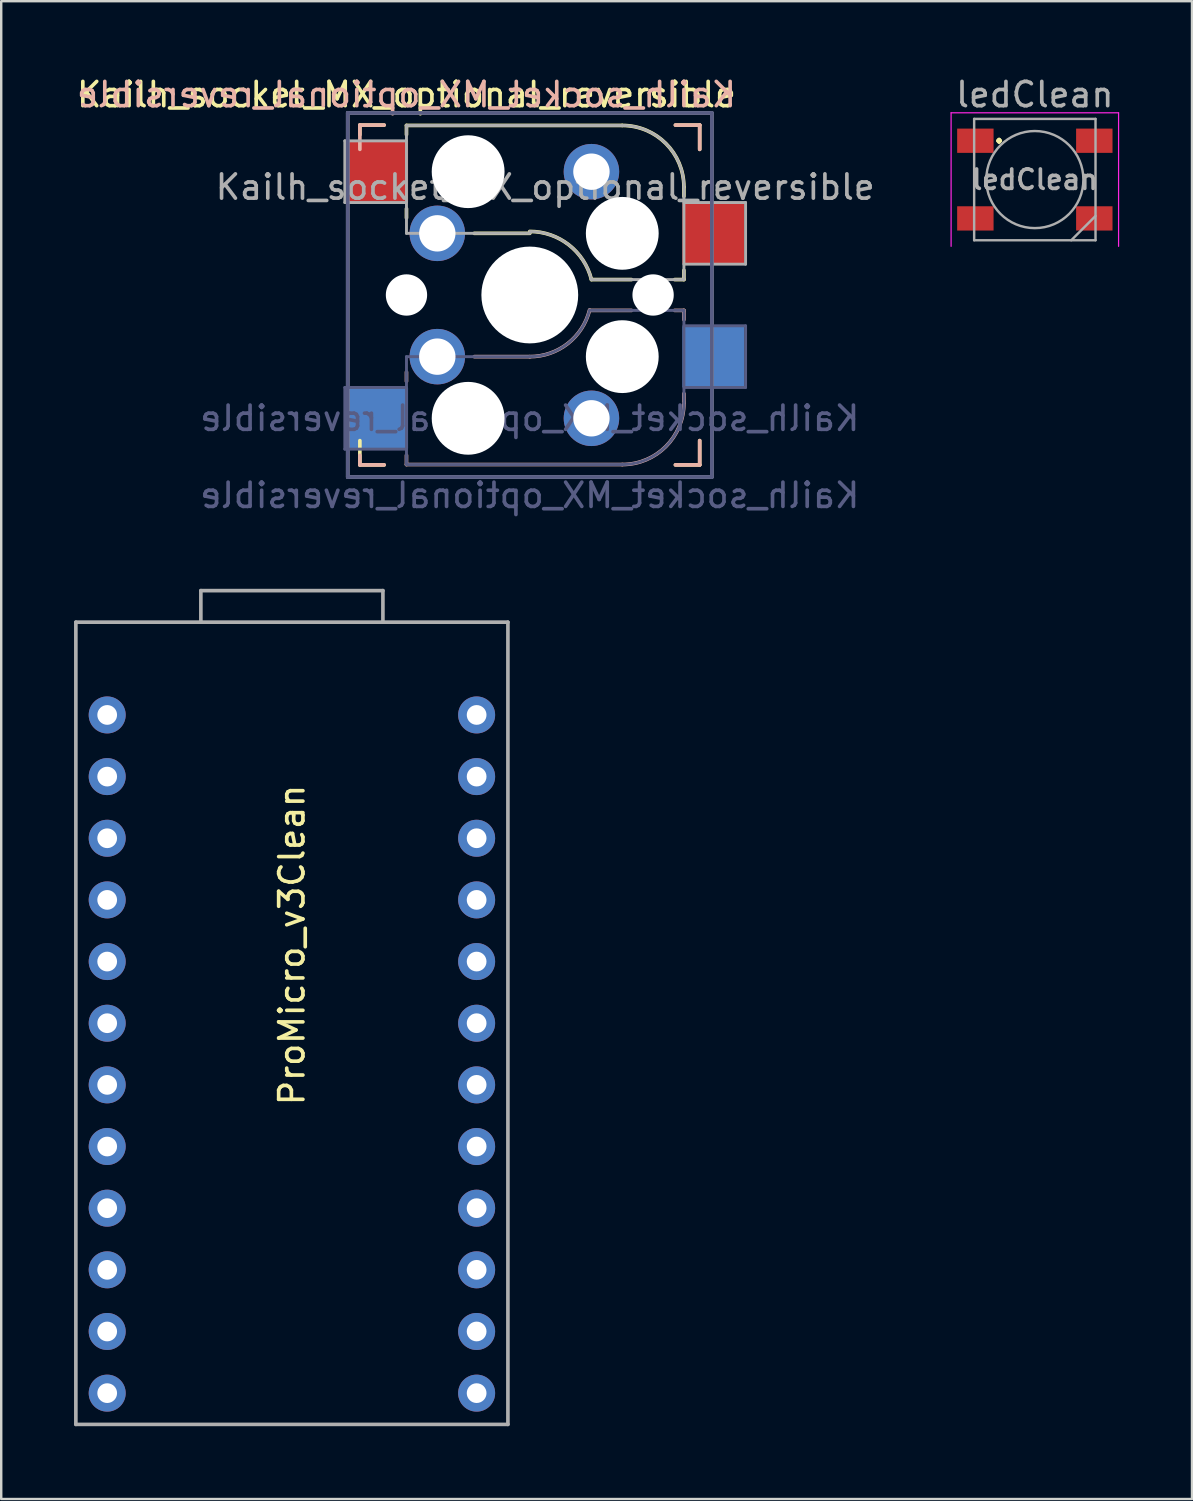
<source format=kicad_pcb>
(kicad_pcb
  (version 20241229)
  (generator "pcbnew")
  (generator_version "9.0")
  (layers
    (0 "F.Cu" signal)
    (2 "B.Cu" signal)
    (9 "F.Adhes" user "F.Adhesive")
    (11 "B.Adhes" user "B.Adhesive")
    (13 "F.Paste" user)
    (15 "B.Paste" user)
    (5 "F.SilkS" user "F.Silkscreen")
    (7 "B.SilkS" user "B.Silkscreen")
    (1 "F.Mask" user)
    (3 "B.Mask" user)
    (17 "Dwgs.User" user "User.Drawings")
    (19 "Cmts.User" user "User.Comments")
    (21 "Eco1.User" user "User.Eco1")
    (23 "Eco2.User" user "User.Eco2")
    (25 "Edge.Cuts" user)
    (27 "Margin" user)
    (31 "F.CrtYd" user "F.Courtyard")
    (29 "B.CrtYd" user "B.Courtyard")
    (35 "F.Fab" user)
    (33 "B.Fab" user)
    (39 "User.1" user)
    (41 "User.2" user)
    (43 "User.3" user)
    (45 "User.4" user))
  (footprint "Kailh_socket_MX_optional_reversible"
    (layer "F.Cu")
    (at 18.776 9.103)
    (property "Reference" "Kailh_socket_MX_optional_reversible" (at -5.08 -8.255 0) (layer "F.SilkS") (effects (font (size 1 1) (thickness 0.15))))
    (property "Value" "Kailh_socket_MX_optional_reversible" (at 0 8.255 0) (layer "F.Fab") (hide yes) (effects (font (size 1 1) (thickness 0.15))))
    (attr smd)
    (fp_line (start -7 -7) (end -6 -7) (stroke (width 0.15) (type solid)) (layer "F.SilkS"))
    (fp_line (start -7 -6.604) (end -7 -7) (stroke (width 0.15) (type solid)) (layer "F.SilkS"))
    (fp_line (start -7 7) (end -7 6) (stroke (width 0.15) (type solid)) (layer "F.SilkS"))
    (fp_line (start -6 7) (end -7 7) (stroke (width 0.15) (type solid)) (layer "F.SilkS"))
    (fp_line (start -5.08 -6.985) (end -5.08 -6.604) (stroke (width 0.15) (type solid)) (layer "F.SilkS"))
    (fp_line (start -5.08 -3.556) (end -5.08 -3.175) (stroke (width 0.15) (type solid)) (layer "F.SilkS"))
    (fp_line (start -2.286 -2.54) (end 0 -2.54) (stroke (width 0.15) (type solid)) (layer "F.SilkS"))
    (fp_line (start 2.54 -0.635) (end 4.191 -0.635) (stroke (width 0.15) (type solid)) (layer "F.SilkS"))
    (fp_line (start 3.81 -6.985) (end -5.08 -6.985) (stroke (width 0.15) (type solid)) (layer "F.SilkS"))
    (fp_line (start 5.969 -0.635) (end 6.35 -0.635) (stroke (width 0.15) (type solid)) (layer "F.SilkS"))
    (fp_line (start 6 -7) (end 7 -7) (stroke (width 0.15) (type solid)) (layer "F.SilkS"))
    (fp_line (start 6.35 -4.445) (end 6.35 -4.064) (stroke (width 0.15) (type solid)) (layer "F.SilkS"))
    (fp_line (start 6.35 -0.635) (end 6.35 -1.016) (stroke (width 0.15) (type solid)) (layer "F.SilkS"))
    (fp_line (start 7 -7) (end 7 -6) (stroke (width 0.15) (type solid)) (layer "F.SilkS"))
    (fp_line (start 7 6) (end 7 7) (stroke (width 0.15) (type solid)) (layer "F.SilkS"))
    (fp_line (start 7 7) (end 6 7) (stroke (width 0.15) (type solid)) (layer "F.SilkS"))
    (fp_arc (start 0.000001 -2.618171) (mid 1.611255 -2.063656) (end 2.539999 -0.634999) (stroke (width 0.15) (type solid)) (layer "F.SilkS"))
    (fp_arc (start 3.81 -6.985) (mid 5.606051 -6.241051) (end 6.35 -4.445) (stroke (width 0.15) (type solid)) (layer "F.SilkS"))
    (fp_line (start -7 -7) (end -6 -7) (stroke (width 0.15) (type solid)) (layer "B.SilkS"))
    (fp_line (start -7 -6) (end -7 -7) (stroke (width 0.15) (type solid)) (layer "B.SilkS"))
    (fp_line (start -7 7) (end -7 6.604) (stroke (width 0.15) (type solid)) (layer "B.SilkS"))
    (fp_line (start -6 7) (end -7 7) (stroke (width 0.15) (type solid)) (layer "B.SilkS"))
    (fp_line (start -5.08 3.175) (end -5.08 3.556) (stroke (width 0.15) (type solid)) (layer "B.SilkS"))
    (fp_line (start -5.08 6.604) (end -5.08 6.985) (stroke (width 0.15) (type solid)) (layer "B.SilkS"))
    (fp_line (start -5.08 6.985) (end 3.81 6.985) (stroke (width 0.15) (type solid)) (layer "B.SilkS"))
    (fp_line (start 0 2.54) (end -2.286 2.54) (stroke (width 0.15) (type solid)) (layer "B.SilkS"))
    (fp_line (start 4.191 0.635) (end 2.54 0.635) (stroke (width 0.15) (type solid)) (layer "B.SilkS"))
    (fp_line (start 6 -7) (end 7 -7) (stroke (width 0.15) (type solid)) (layer "B.SilkS"))
    (fp_line (start 6.35 0.635) (end 5.969 0.635) (stroke (width 0.15) (type solid)) (layer "B.SilkS"))
    (fp_line (start 6.35 1.016) (end 6.35 0.635) (stroke (width 0.15) (type solid)) (layer "B.SilkS"))
    (fp_line (start 6.35 4.445) (end 6.35 4.064) (stroke (width 0.15) (type solid)) (layer "B.SilkS"))
    (fp_line (start 7 -7) (end 7 -6) (stroke (width 0.15) (type solid)) (layer "B.SilkS"))
    (fp_line (start 7 6) (end 7 7) (stroke (width 0.15) (type solid)) (layer "B.SilkS"))
    (fp_line (start 7 7) (end 6 7) (stroke (width 0.15) (type solid)) (layer "B.SilkS"))
    (fp_arc (start 2.464162 0.61604) (mid 1.563147 2.002042) (end 0 2.54) (stroke (width 0.15) (type solid)) (layer "B.SilkS"))
    (fp_arc (start 6.35 4.445) (mid 5.606051 6.241051) (end 3.81 6.985) (stroke (width 0.15) (type solid)) (layer "B.SilkS"))
    (fp_line (start -6.9 6.9) (end -6.9 -6.9) (stroke (width 0.15) (type solid)) (layer "Eco2.User"))
    (fp_line (start -6.9 6.9) (end 6.9 6.9) (stroke (width 0.15) (type solid)) (layer "Eco2.User"))
    (fp_line (start 6.9 -6.9) (end -6.9 -6.9) (stroke (width 0.15) (type solid)) (layer "Eco2.User"))
    (fp_line (start 6.9 -6.9) (end 6.9 6.9) (stroke (width 0.15) (type solid)) (layer "Eco2.User"))
    (fp_line (start -7.62 3.81) (end -7.62 6.35) (stroke (width 0.12) (type solid)) (layer "B.Fab"))
    (fp_line (start -7.62 6.35) (end -5.08 6.35) (stroke (width 0.12) (type solid)) (layer "B.Fab"))
    (fp_line (start -7.5 -7.5) (end 7.5 -7.5) (stroke (width 0.15) (type solid)) (layer "B.Fab"))
    (fp_line (start -7.5 7.5) (end -7.5 -7.5) (stroke (width 0.15) (type solid)) (layer "B.Fab"))
    (fp_line (start -5.08 2.54) (end -5.08 6.985) (stroke (width 0.12) (type solid)) (layer "B.Fab"))
    (fp_line (start -5.08 3.81) (end -7.62 3.81) (stroke (width 0.12) (type solid)) (layer "B.Fab"))
    (fp_line (start -5.08 6.985) (end 3.81 6.985) (stroke (width 0.12) (type solid)) (layer "B.Fab"))
    (fp_line (start 0 2.54) (end -5.08 2.54) (stroke (width 0.12) (type solid)) (layer "B.Fab"))
    (fp_line (start 6.35 0.635) (end 2.54 0.635) (stroke (width 0.12) (type solid)) (layer "B.Fab"))
    (fp_line (start 6.35 3.81) (end 8.89 3.81) (stroke (width 0.12) (type solid)) (layer "B.Fab"))
    (fp_line (start 6.35 4.445) (end 6.35 0.635) (stroke (width 0.12) (type solid)) (layer "B.Fab"))
    (fp_line (start 7.5 -7.5) (end 7.5 7.5) (stroke (width 0.15) (type solid)) (layer "B.Fab"))
    (fp_line (start 7.5 7.5) (end -7.5 7.5) (stroke (width 0.15) (type solid)) (layer "B.Fab"))
    (fp_line (start 8.89 1.27) (end 6.35 1.27) (stroke (width 0.12) (type solid)) (layer "B.Fab"))
    (fp_line (start 8.89 3.81) (end 8.89 1.27) (stroke (width 0.12) (type solid)) (layer "B.Fab"))
    (fp_arc (start 2.464162 0.61604) (mid 1.563147 2.002042) (end 0 2.54) (stroke (width 0.12) (type solid)) (layer "B.Fab"))
    (fp_arc (start 6.35 4.445) (mid 5.606051 6.241051) (end 3.81 6.985) (stroke (width 0.12) (type solid)) (layer "B.Fab"))
    (fp_line (start -7.62 -6.35) (end -7.62 -3.81) (stroke (width 0.12) (type solid)) (layer "F.Fab"))
    (fp_line (start -7.62 -3.81) (end -5.08 -3.81) (stroke (width 0.12) (type solid)) (layer "F.Fab"))
    (fp_line (start -7.5 -7.5) (end 7.5 -7.5) (stroke (width 0.15) (type solid)) (layer "F.Fab"))
    (fp_line (start -7.5 7.5) (end -7.5 -7.5) (stroke (width 0.15) (type solid)) (layer "F.Fab"))
    (fp_line (start -5.08 -6.985) (end -5.08 -2.54) (stroke (width 0.12) (type solid)) (layer "F.Fab"))
    (fp_line (start -5.08 -6.35) (end -7.62 -6.35) (stroke (width 0.12) (type solid)) (layer "F.Fab"))
    (fp_line (start -5.08 -2.54) (end 0 -2.54) (stroke (width 0.12) (type solid)) (layer "F.Fab"))
    (fp_line (start 2.54 -0.635) (end 6.35 -0.635) (stroke (width 0.12) (type solid)) (layer "F.Fab"))
    (fp_line (start 3.81 -6.985) (end -5.08 -6.985) (stroke (width 0.12) (type solid)) (layer "F.Fab"))
    (fp_line (start 6.35 -1.27) (end 8.89 -1.27) (stroke (width 0.12) (type solid)) (layer "F.Fab"))
    (fp_line (start 6.35 -0.635) (end 6.35 -4.445) (stroke (width 0.12) (type solid)) (layer "F.Fab"))
    (fp_line (start 7.5 -7.5) (end 7.5 7.5) (stroke (width 0.15) (type solid)) (layer "F.Fab"))
    (fp_line (start 7.5 7.5) (end -7.5 7.5) (stroke (width 0.15) (type solid)) (layer "F.Fab"))
    (fp_line (start 8.89 -3.81) (end 6.35 -3.81) (stroke (width 0.12) (type solid)) (layer "F.Fab"))
    (fp_line (start 8.89 -1.27) (end 8.89 -3.81) (stroke (width 0.12) (type solid)) (layer "F.Fab"))
    (fp_arc (start 0.000001 -2.618171) (mid 1.611255 -2.063656) (end 2.539999 -0.634999) (stroke (width 0.12) (type solid)) (layer "F.Fab"))
    (fp_arc (start 3.81 -6.985) (mid 5.606051 -6.241051) (end 6.35 -4.445) (stroke (width 0.12) (type solid)) (layer "F.Fab"))
    (fp_text user "${REFERENCE}" (at -5.08 -8.255 0) (layer "B.SilkS") (effects (font (size 1 1) (thickness 0.15)) (justify mirror)))
    (fp_text user "${VALUE}" (at 0 8.255 0) (layer "B.Fab") (effects (font (size 1 1) (thickness 0.15)) (justify mirror)))
    (fp_text user "${REFERENCE}" (at 0 5.08 0) (layer "B.Fab") (effects (font (size 1 1) (thickness 0.15)) (justify mirror)))
    (fp_text user "${REFERENCE}" (at 0.635 -4.445 0) (layer "F.Fab") (effects (font (size 1 1) (thickness 0.15))))
    (pad "" np_thru_hole circle (at -5.08 0) (size 1.702 1.702) (drill 1.702) (layers "*.Cu" "*.Mask"))
    (pad "" np_thru_hole circle (at -2.54 -5.08) (size 3 3) (drill 3) (layers "*.Cu" "*.Mask"))
    (pad "" np_thru_hole circle (at -2.54 5.08) (size 3 3) (drill 3) (layers "*.Cu" "*.Mask"))
    (pad "" np_thru_hole circle (at 0 0) (size 3.988 3.988) (drill 3.988) (layers "*.Cu" "*.Mask"))
    (pad "" np_thru_hole circle (at 3.81 -2.54) (size 3 3) (drill 3) (layers "*.Cu" "*.Mask"))
    (pad "" np_thru_hole circle (at 3.81 2.54) (size 3 3) (drill 3) (layers "*.Cu" "*.Mask"))
    (pad "" np_thru_hole circle (at 5.08 0) (size 1.702 1.702) (drill 1.702) (layers "*.Cu" "*.Mask"))
    (pad "1" smd rect (at -6.29 -5.08) (size 2.55 2.5) (layers "F.Cu" "F.Mask" "F.Paste"))
    (pad "1" smd rect (at -6.29 5.08) (size 2.55 2.5) (layers "B.Cu" "B.Mask" "B.Paste"))
    (pad "1" thru_hole circle (at -3.81 -2.54) (size 2.286 2.286) (drill 1.499) (layers "*.Cu" "*.Mask"))
    (pad "1" thru_hole circle (at -3.81 2.54) (size 2.286 2.286) (drill 1.499) (layers "*.Cu" "*.Mask"))
    (pad "2" thru_hole circle (at 2.54 -5.08) (size 2.286 2.286) (drill 1.499) (layers "*.Cu" "*.Mask"))
    (pad "2" thru_hole circle (at 2.54 5.08) (size 2.286 2.286) (drill 1.499) (layers "*.Cu" "*.Mask"))
    (pad "2" smd rect (at 7.56 -2.54) (size 2.55 2.5) (layers "F.Cu" "F.Mask" "F.Paste"))
    (pad "2" smd rect (at 7.56 2.54) (size 2.55 2.5) (layers "B.Cu" "B.Mask" "B.Paste")))
  (footprint "ProMicro_v3Clean"
    (layer "F.Cu")
    (at 8.975 40.882)
    (property "Reference" "ProMicro_v3Clean" (at 0 -5 270) (layer "F.SilkS") (effects (font (size 1 1) (thickness 0.15))))
    (attr through_hole)
    (fp_line (start -8.9 -18.3) (end -3.75 -18.3) (stroke (width 0.15) (type solid)) (layer "F.Fab"))
    (fp_line (start -8.9 14.75) (end -8.9 -18.3) (stroke (width 0.15) (type solid)) (layer "F.Fab"))
    (fp_line (start -3.75 -19.6) (end -3.75 -18.299) (stroke (width 0.15) (type solid)) (layer "F.Fab"))
    (fp_line (start -3.75 -19.6) (end 3.75 -19.6) (stroke (width 0.15) (type solid)) (layer "F.Fab"))
    (fp_line (start -3.75 -18.3) (end 3.75 -18.3) (stroke (width 0.15) (type solid)) (layer "F.Fab"))
    (fp_line (start 3.75 -19.6) (end 3.75 -18.3) (stroke (width 0.15) (type solid)) (layer "F.Fab"))
    (fp_line (start 3.76 -18.3) (end 8.9 -18.3) (stroke (width 0.15) (type solid)) (layer "F.Fab"))
    (fp_line (start 8.9 -18.3) (end 8.9 14.75) (stroke (width 0.15) (type solid)) (layer "F.Fab"))
    (fp_line (start 8.9 14.75) (end -8.9 14.75) (stroke (width 0.15) (type solid)) (layer "F.Fab"))
    (pad "1" thru_hole circle (at 7.611 -14.478) (size 1.524 1.524) (drill 0.813) (layers "*.Cu" "B.Mask"))
    (pad "2" thru_hole circle (at 7.611 -11.938) (size 1.524 1.524) (drill 0.813) (layers "*.Cu" "B.Mask"))
    (pad "3" thru_hole circle (at 7.611 -9.398) (size 1.524 1.524) (drill 0.813) (layers "*.Cu" "B.Mask"))
    (pad "4" thru_hole circle (at 7.611 -6.858) (size 1.524 1.524) (drill 0.813) (layers "*.Cu" "B.Mask"))
    (pad "5" thru_hole circle (at 7.611 -4.318) (size 1.524 1.524) (drill 0.813) (layers "*.Cu" "B.Mask"))
    (pad "6" thru_hole circle (at 7.611 -1.778) (size 1.524 1.524) (drill 0.813) (layers "*.Cu" "B.Mask"))
    (pad "7" thru_hole circle (at 7.611 0.762) (size 1.524 1.524) (drill 0.813) (layers "*.Cu" "B.Mask"))
    (pad "8" thru_hole circle (at 7.611 3.302) (size 1.524 1.524) (drill 0.813) (layers "*.Cu" "B.Mask"))
    (pad "9" thru_hole circle (at 7.611 5.842) (size 1.524 1.524) (drill 0.813) (layers "*.Cu" "B.Mask"))
    (pad "10" thru_hole circle (at 7.611 8.382) (size 1.524 1.524) (drill 0.813) (layers "*.Cu" "B.Mask"))
    (pad "11" thru_hole circle (at 7.611 10.922) (size 1.524 1.524) (drill 0.813) (layers "*.Cu" "B.Mask"))
    (pad "12" thru_hole circle (at 7.611 13.462) (size 1.524 1.524) (drill 0.813) (layers "*.Cu" "B.Mask"))
    (pad "13" thru_hole circle (at -7.609 13.462) (size 1.524 1.524) (drill 0.813) (layers "*.Cu" "B.Mask"))
    (pad "14" thru_hole circle (at -7.609 10.922) (size 1.524 1.524) (drill 0.813) (layers "*.Cu" "B.Mask"))
    (pad "15" thru_hole circle (at -7.609 8.382) (size 1.524 1.524) (drill 0.813) (layers "*.Cu" "B.Mask"))
    (pad "16" thru_hole circle (at -7.609 5.842) (size 1.524 1.524) (drill 0.813) (layers "*.Cu" "B.Mask"))
    (pad "17" thru_hole circle (at -7.609 3.302) (size 1.524 1.524) (drill 0.813) (layers "*.Cu" "B.Mask"))
    (pad "18" thru_hole circle (at -7.609 0.762) (size 1.524 1.524) (drill 0.813) (layers "*.Cu" "B.Mask"))
    (pad "19" thru_hole circle (at -7.609 -1.778) (size 1.524 1.524) (drill 0.813) (layers "*.Cu" "B.Mask"))
    (pad "20" thru_hole circle (at -7.609 -4.318) (size 1.524 1.524) (drill 0.813) (layers "*.Cu" "B.Mask"))
    (pad "21" thru_hole circle (at -7.609 -6.858) (size 1.524 1.524) (drill 0.813) (layers "*.Cu" "B.Mask"))
    (pad "22" thru_hole circle (at -7.609 -9.398) (size 1.524 1.524) (drill 0.813) (layers "*.Cu" "B.Mask"))
    (pad "23" thru_hole circle (at -7.609 -11.938) (size 1.524 1.524) (drill 0.813) (layers "*.Cu" "B.Mask"))
    (pad "24" thru_hole circle (at -7.609 -14.478) (size 1.524 1.524) (drill 0.813) (layers "*.Cu" "B.Mask")))
  (footprint "ledClean"
    (layer "F.Cu")
    (at 39.583 4.348)
    (property "Reference" "ledClean" (at 0 -3.5 0) (layer "F.Fab") (effects (font (size 1 1) (thickness 0.15))))
    (attr smd)
    (fp_line (start -3.45 -2.75) (end -3.45 2.75) (stroke (width 0.05) (type solid)) (layer "F.CrtYd"))
    (fp_line (start 3.45 -2.75) (end -3.45 -2.75) (stroke (width 0.05) (type solid)) (layer "F.CrtYd"))
    (fp_line (start 3.45 2.75) (end 3.45 -2.75) (stroke (width 0.05) (type solid)) (layer "F.CrtYd"))
    (fp_line (start -2.5 -2.5) (end -2.5 2.5) (stroke (width 0.1) (type solid)) (layer "F.Fab"))
    (fp_line (start -2.5 2.5) (end 2.5 2.5) (stroke (width 0.1) (type solid)) (layer "F.Fab"))
    (fp_line (start 2.5 -2.5) (end -2.5 -2.5) (stroke (width 0.1) (type solid)) (layer "F.Fab"))
    (fp_line (start 2.5 1.5) (end 1.5 2.5) (stroke (width 0.1) (type solid)) (layer "F.Fab"))
    (fp_line (start 2.5 2.5) (end 2.5 -2.5) (stroke (width 0.1) (type solid)) (layer "F.Fab"))
    (fp_circle (center 0 0) (end 0 -2) (stroke (width 0.1) (type solid)) (fill no) (layer "F.Fab"))
    (fp_text user "." (at -1.473 -2.007 0) (layer "F.SilkS") (effects (font (size 1 1) (thickness 0.15))))
    (fp_text user "${REFERENCE}" (at 0 0 0) (layer "F.Fab") (effects (font (size 0.8 0.8) (thickness 0.15))))
    (pad "1" smd rect (at -2.45 -1.6) (size 1.5 1) (layers "F.Cu" "F.Mask" "F.Paste"))
    (pad "2" smd rect (at -2.45 1.6) (size 1.5 1) (layers "F.Cu" "F.Mask" "F.Paste"))
    (pad "3" smd rect (at 2.45 1.6) (size 1.5 1) (layers "F.Cu" "F.Mask" "F.Paste"))
    (pad "4" smd rect (at 2.45 -1.6) (size 1.5 1) (layers "F.Cu" "F.Mask" "F.Paste")))
  (gr_rect
    (start -3 -3)
    (end 46.058 58.706)
    (stroke (width 0.1) (type default))
    (fill no)
    (layer "Edge.Cuts")))
</source>
